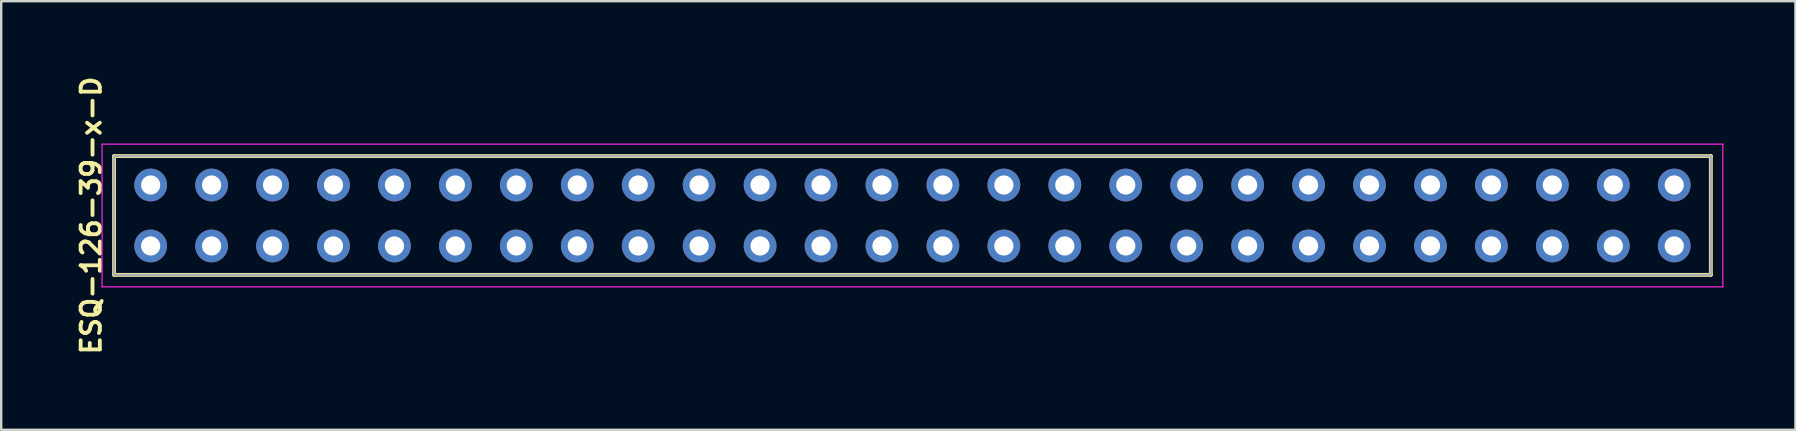
<source format=kicad_pcb>
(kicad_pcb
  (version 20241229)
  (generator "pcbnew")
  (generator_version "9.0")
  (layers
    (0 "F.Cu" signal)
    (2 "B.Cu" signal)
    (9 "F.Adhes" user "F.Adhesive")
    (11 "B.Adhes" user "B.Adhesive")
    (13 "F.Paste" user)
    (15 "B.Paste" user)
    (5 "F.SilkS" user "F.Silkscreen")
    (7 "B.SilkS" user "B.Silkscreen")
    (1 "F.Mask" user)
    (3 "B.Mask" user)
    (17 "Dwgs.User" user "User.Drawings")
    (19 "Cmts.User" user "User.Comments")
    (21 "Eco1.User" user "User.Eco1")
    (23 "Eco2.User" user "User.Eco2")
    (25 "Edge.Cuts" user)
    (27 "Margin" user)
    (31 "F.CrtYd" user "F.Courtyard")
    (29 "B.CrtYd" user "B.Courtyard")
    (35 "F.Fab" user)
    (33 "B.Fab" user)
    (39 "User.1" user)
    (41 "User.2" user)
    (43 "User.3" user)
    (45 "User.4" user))
  (footprint "ESQ-126-39-x-D"
    (layer "F.Cu")
    (at 3.229 7.201)
    (property "Reference" "ESQ-126-39-x-D" (at -2.48 -1.27 90) (layer "F.SilkS") (effects (font (size 0.8 0.8) (thickness 0.16))))
    (attr through_hole)
    (fp_line (start -1.525 -3.745) (end -1.525 1.205) (stroke (width 0.16) (type solid)) (layer "F.SilkS"))
    (fp_line (start -1.525 -3.745) (end 65.025 -3.745) (stroke (width 0.16) (type solid)) (layer "F.SilkS"))
    (fp_line (start -1.525 1.205) (end 65.025 1.205) (stroke (width 0.16) (type solid)) (layer "F.SilkS"))
    (fp_line (start 65.025 -3.745) (end 65.025 1.205) (stroke (width 0.16) (type solid)) (layer "F.SilkS"))
    (fp_line (start -2.025 -4.245) (end -2.025 1.705) (stroke (width 0.05) (type solid)) (layer "F.CrtYd"))
    (fp_line (start -2.025 -4.245) (end 65.525 -4.245) (stroke (width 0.05) (type solid)) (layer "F.CrtYd"))
    (fp_line (start 65.525 1.705) (end -2.025 1.705) (stroke (width 0.05) (type solid)) (layer "F.CrtYd"))
    (fp_line (start 65.525 1.705) (end 65.525 -4.245) (stroke (width 0.05) (type solid)) (layer "F.CrtYd"))
    (fp_line (start -1.525 -3.745) (end 65.025 -3.745) (stroke (width 0.1) (type solid)) (layer "F.Fab"))
    (fp_line (start -1.525 1.205) (end -1.525 -3.745) (stroke (width 0.1) (type solid)) (layer "F.Fab"))
    (fp_line (start 65.025 -3.745) (end 65.025 1.205) (stroke (width 0.1) (type solid)) (layer "F.Fab"))
    (fp_line (start 65.025 1.205) (end -1.525 1.205) (stroke (width 0.1) (type solid)) (layer "F.Fab"))
    (pad "1" thru_hole circle (at 0 0) (size 1.365 1.365) (drill 0.8) (layers "*.Cu" "*.Mask"))
    (pad "2" thru_hole circle (at 0 -2.54) (size 1.365 1.365) (drill 0.8) (layers "*.Cu" "*.Mask"))
    (pad "3" thru_hole circle (at 2.54 0) (size 1.365 1.365) (drill 0.8) (layers "*.Cu" "*.Mask"))
    (pad "4" thru_hole circle (at 2.54 -2.54) (size 1.365 1.365) (drill 0.8) (layers "*.Cu" "*.Mask"))
    (pad "5" thru_hole circle (at 5.08 0) (size 1.365 1.365) (drill 0.8) (layers "*.Cu" "*.Mask"))
    (pad "6" thru_hole circle (at 5.08 -2.54) (size 1.365 1.365) (drill 0.8) (layers "*.Cu" "*.Mask"))
    (pad "7" thru_hole circle (at 7.62 0) (size 1.365 1.365) (drill 0.8) (layers "*.Cu" "*.Mask"))
    (pad "8" thru_hole circle (at 7.62 -2.54) (size 1.365 1.365) (drill 0.8) (layers "*.Cu" "*.Mask"))
    (pad "9" thru_hole circle (at 10.16 0) (size 1.365 1.365) (drill 0.8) (layers "*.Cu" "*.Mask"))
    (pad "10" thru_hole circle (at 10.16 -2.54) (size 1.365 1.365) (drill 0.8) (layers "*.Cu" "*.Mask"))
    (pad "11" thru_hole circle (at 12.7 0) (size 1.365 1.365) (drill 0.8) (layers "*.Cu" "*.Mask"))
    (pad "12" thru_hole circle (at 12.7 -2.54) (size 1.365 1.365) (drill 0.8) (layers "*.Cu" "*.Mask"))
    (pad "13" thru_hole circle (at 15.24 0) (size 1.365 1.365) (drill 0.8) (layers "*.Cu" "*.Mask"))
    (pad "14" thru_hole circle (at 15.24 -2.54) (size 1.365 1.365) (drill 0.8) (layers "*.Cu" "*.Mask"))
    (pad "15" thru_hole circle (at 17.78 0) (size 1.365 1.365) (drill 0.8) (layers "*.Cu" "*.Mask"))
    (pad "16" thru_hole circle (at 17.78 -2.54) (size 1.365 1.365) (drill 0.8) (layers "*.Cu" "*.Mask"))
    (pad "17" thru_hole circle (at 20.32 0) (size 1.365 1.365) (drill 0.8) (layers "*.Cu" "*.Mask"))
    (pad "18" thru_hole circle (at 20.32 -2.54) (size 1.365 1.365) (drill 0.8) (layers "*.Cu" "*.Mask"))
    (pad "19" thru_hole circle (at 22.86 0) (size 1.365 1.365) (drill 0.8) (layers "*.Cu" "*.Mask"))
    (pad "20" thru_hole circle (at 22.86 -2.54) (size 1.365 1.365) (drill 0.8) (layers "*.Cu" "*.Mask"))
    (pad "21" thru_hole circle (at 25.4 0) (size 1.365 1.365) (drill 0.8) (layers "*.Cu" "*.Mask"))
    (pad "22" thru_hole circle (at 25.4 -2.54) (size 1.365 1.365) (drill 0.8) (layers "*.Cu" "*.Mask"))
    (pad "23" thru_hole circle (at 27.94 0) (size 1.365 1.365) (drill 0.8) (layers "*.Cu" "*.Mask"))
    (pad "24" thru_hole circle (at 27.94 -2.54) (size 1.365 1.365) (drill 0.8) (layers "*.Cu" "*.Mask"))
    (pad "25" thru_hole circle (at 30.48 0) (size 1.365 1.365) (drill 0.8) (layers "*.Cu" "*.Mask"))
    (pad "26" thru_hole circle (at 30.48 -2.54) (size 1.365 1.365) (drill 0.8) (layers "*.Cu" "*.Mask"))
    (pad "27" thru_hole circle (at 33.02 0) (size 1.365 1.365) (drill 0.8) (layers "*.Cu" "*.Mask"))
    (pad "28" thru_hole circle (at 33.02 -2.54) (size 1.365 1.365) (drill 0.8) (layers "*.Cu" "*.Mask"))
    (pad "29" thru_hole circle (at 35.56 0) (size 1.365 1.365) (drill 0.8) (layers "*.Cu" "*.Mask"))
    (pad "30" thru_hole circle (at 35.56 -2.54) (size 1.365 1.365) (drill 0.8) (layers "*.Cu" "*.Mask"))
    (pad "31" thru_hole circle (at 38.1 0) (size 1.365 1.365) (drill 0.8) (layers "*.Cu" "*.Mask"))
    (pad "32" thru_hole circle (at 38.1 -2.54) (size 1.365 1.365) (drill 0.8) (layers "*.Cu" "*.Mask"))
    (pad "33" thru_hole circle (at 40.64 0) (size 1.365 1.365) (drill 0.8) (layers "*.Cu" "*.Mask"))
    (pad "34" thru_hole circle (at 40.64 -2.54) (size 1.365 1.365) (drill 0.8) (layers "*.Cu" "*.Mask"))
    (pad "35" thru_hole circle (at 43.18 0) (size 1.365 1.365) (drill 0.8) (layers "*.Cu" "*.Mask"))
    (pad "36" thru_hole circle (at 43.18 -2.54) (size 1.365 1.365) (drill 0.8) (layers "*.Cu" "*.Mask"))
    (pad "37" thru_hole circle (at 45.72 0) (size 1.365 1.365) (drill 0.8) (layers "*.Cu" "*.Mask"))
    (pad "38" thru_hole circle (at 45.72 -2.54) (size 1.365 1.365) (drill 0.8) (layers "*.Cu" "*.Mask"))
    (pad "39" thru_hole circle (at 48.26 0) (size 1.365 1.365) (drill 0.8) (layers "*.Cu" "*.Mask"))
    (pad "40" thru_hole circle (at 48.26 -2.54) (size 1.365 1.365) (drill 0.8) (layers "*.Cu" "*.Mask"))
    (pad "41" thru_hole circle (at 50.8 0) (size 1.365 1.365) (drill 0.8) (layers "*.Cu" "*.Mask"))
    (pad "42" thru_hole circle (at 50.8 -2.54) (size 1.365 1.365) (drill 0.8) (layers "*.Cu" "*.Mask"))
    (pad "43" thru_hole circle (at 53.34 0) (size 1.365 1.365) (drill 0.8) (layers "*.Cu" "*.Mask"))
    (pad "44" thru_hole circle (at 53.34 -2.54) (size 1.365 1.365) (drill 0.8) (layers "*.Cu" "*.Mask"))
    (pad "45" thru_hole circle (at 55.88 0) (size 1.365 1.365) (drill 0.8) (layers "*.Cu" "*.Mask"))
    (pad "46" thru_hole circle (at 55.88 -2.54) (size 1.365 1.365) (drill 0.8) (layers "*.Cu" "*.Mask"))
    (pad "47" thru_hole circle (at 58.42 0) (size 1.365 1.365) (drill 0.8) (layers "*.Cu" "*.Mask"))
    (pad "48" thru_hole circle (at 58.42 -2.54) (size 1.365 1.365) (drill 0.8) (layers "*.Cu" "*.Mask"))
    (pad "49" thru_hole circle (at 60.96 0) (size 1.365 1.365) (drill 0.8) (layers "*.Cu" "*.Mask"))
    (pad "50" thru_hole circle (at 60.96 -2.54) (size 1.365 1.365) (drill 0.8) (layers "*.Cu" "*.Mask"))
    (pad "51" thru_hole circle (at 63.5 0) (size 1.365 1.365) (drill 0.8) (layers "*.Cu" "*.Mask"))
    (pad "52" thru_hole circle (at 63.5 -2.54) (size 1.365 1.365) (drill 0.8) (layers "*.Cu" "*.Mask")))
  (gr_rect
    (start -3 -3)
    (end 71.779 14.863)
    (stroke (width 0.1) (type default))
    (fill no)
    (layer "Edge.Cuts")))
</source>
